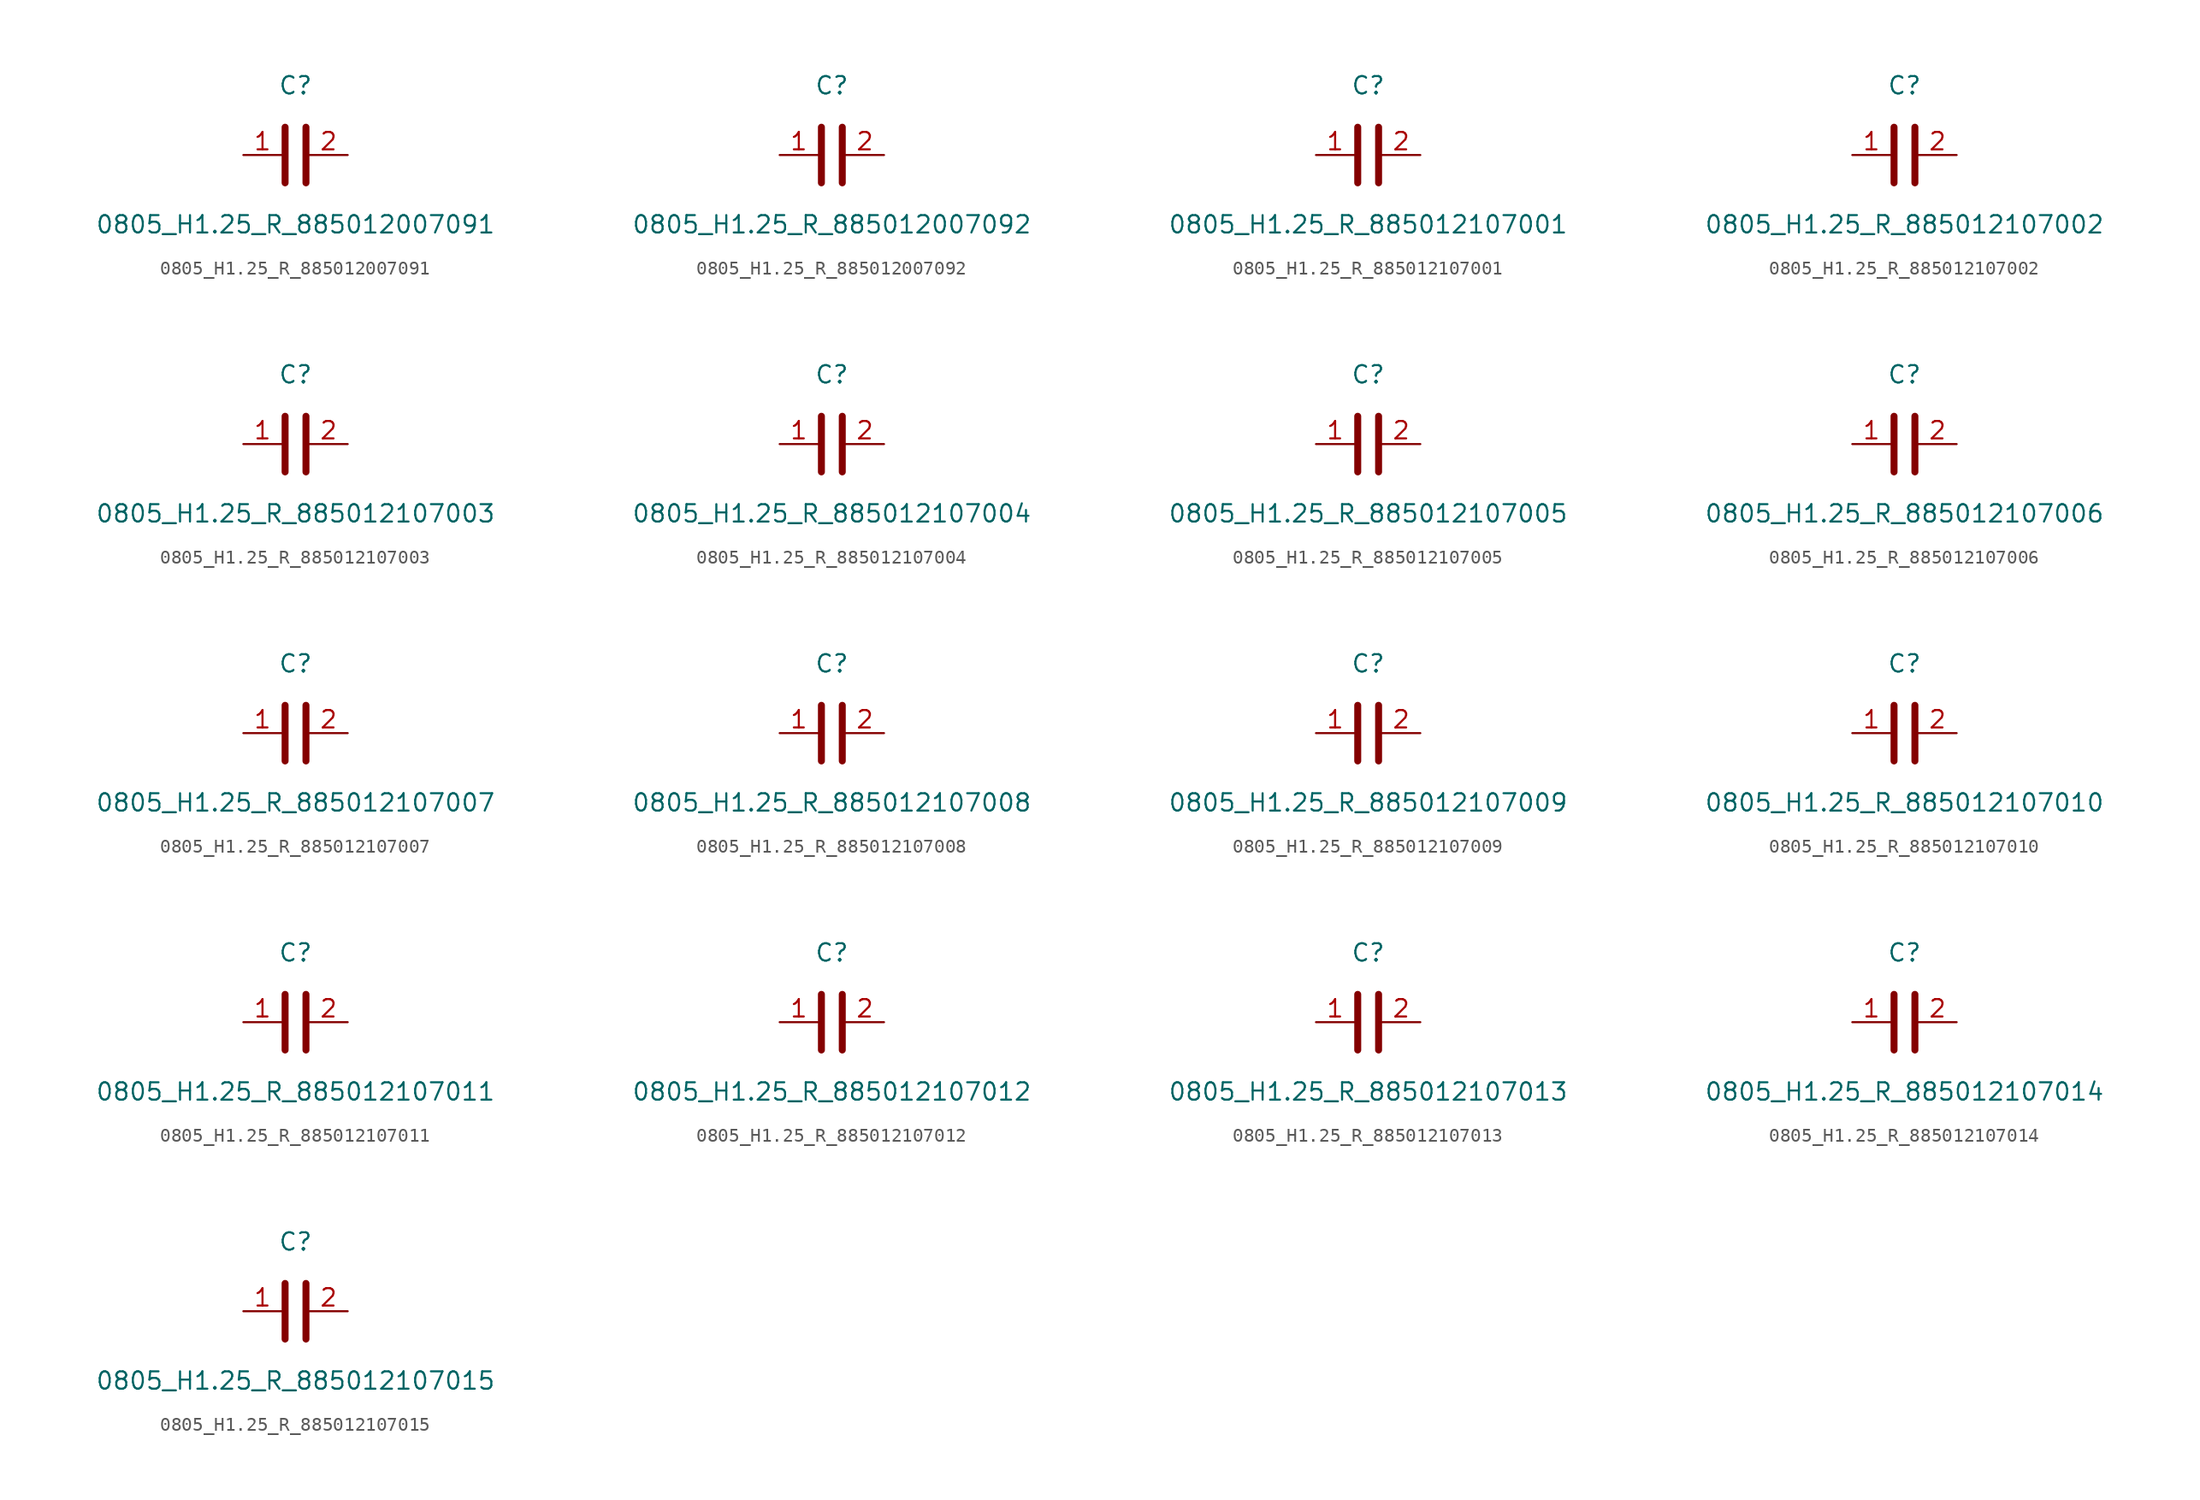
<source format=kicad_sym>
(kicad_symbol_lib
  (version 20220914)
  (generator kicad_symbol_editor)
  (symbol "0805_H1.25_R_885012007091"
    (pin_names hide)
    (property "Reference" "C"
      (at 0 5.08 0)
      (effects (font (size 1.27 1.27))))
    (property "Value" "0805_H1.25_R_885012007091"
      (at 0 -5.08 0)
      (effects (font (size 1.27 1.27))))
    (symbol "0805_H1.25_R_885012007091_0_1"
      (polyline (pts (xy -0.762 -2.032) (xy -0.762 2.032)) (stroke (width 0.508) (type default)) (fill (type none)))
      (polyline (pts (xy 0.762 -2.032) (xy 0.762 2.032)) (stroke (width 0.508) (type default)) (fill (type none))))
    (symbol "0805_H1.25_R_885012007091_1_1"
      (pin passive line (at -3.81 0 0) (length 2.794) (name "1" (effects (font (size 1.27 1.27)))) (number "1" (effects (font (size 1.27 1.27)))))
      (pin passive line (at 3.81 0 180) (length 2.794) (name "2" (effects (font (size 1.27 1.27)))) (number "2" (effects (font (size 1.27 1.27)))))))
  (symbol "0805_H1.25_R_885012007092"
    (pin_names hide)
    (property "Reference" "C"
      (at 0 5.08 0)
      (effects (font (size 1.27 1.27))))
    (property "Value" "0805_H1.25_R_885012007092"
      (at 0 -5.08 0)
      (effects (font (size 1.27 1.27))))
    (symbol "0805_H1.25_R_885012007092_0_1"
      (polyline (pts (xy -0.762 -2.032) (xy -0.762 2.032)) (stroke (width 0.508) (type default)) (fill (type none)))
      (polyline (pts (xy 0.762 -2.032) (xy 0.762 2.032)) (stroke (width 0.508) (type default)) (fill (type none))))
    (symbol "0805_H1.25_R_885012007092_1_1"
      (pin passive line (at -3.81 0 0) (length 2.794) (name "1" (effects (font (size 1.27 1.27)))) (number "1" (effects (font (size 1.27 1.27)))))
      (pin passive line (at 3.81 0 180) (length 2.794) (name "2" (effects (font (size 1.27 1.27)))) (number "2" (effects (font (size 1.27 1.27)))))))
  (symbol "0805_H1.25_R_885012107001"
    (pin_names hide)
    (property "Reference" "C"
      (at 0 5.08 0)
      (effects (font (size 1.27 1.27))))
    (property "Value" "0805_H1.25_R_885012107001"
      (at 0 -5.08 0)
      (effects (font (size 1.27 1.27))))
    (symbol "0805_H1.25_R_885012107001_0_1"
      (polyline (pts (xy -0.762 -2.032) (xy -0.762 2.032)) (stroke (width 0.508) (type default)) (fill (type none)))
      (polyline (pts (xy 0.762 -2.032) (xy 0.762 2.032)) (stroke (width 0.508) (type default)) (fill (type none))))
    (symbol "0805_H1.25_R_885012107001_1_1"
      (pin passive line (at -3.81 0 0) (length 2.794) (name "1" (effects (font (size 1.27 1.27)))) (number "1" (effects (font (size 1.27 1.27)))))
      (pin passive line (at 3.81 0 180) (length 2.794) (name "2" (effects (font (size 1.27 1.27)))) (number "2" (effects (font (size 1.27 1.27)))))))
  (symbol "0805_H1.25_R_885012107002"
    (pin_names hide)
    (property "Reference" "C"
      (at 0 5.08 0)
      (effects (font (size 1.27 1.27))))
    (property "Value" "0805_H1.25_R_885012107002"
      (at 0 -5.08 0)
      (effects (font (size 1.27 1.27))))
    (symbol "0805_H1.25_R_885012107002_0_1"
      (polyline (pts (xy -0.762 -2.032) (xy -0.762 2.032)) (stroke (width 0.508) (type default)) (fill (type none)))
      (polyline (pts (xy 0.762 -2.032) (xy 0.762 2.032)) (stroke (width 0.508) (type default)) (fill (type none))))
    (symbol "0805_H1.25_R_885012107002_1_1"
      (pin passive line (at -3.81 0 0) (length 2.794) (name "1" (effects (font (size 1.27 1.27)))) (number "1" (effects (font (size 1.27 1.27)))))
      (pin passive line (at 3.81 0 180) (length 2.794) (name "2" (effects (font (size 1.27 1.27)))) (number "2" (effects (font (size 1.27 1.27)))))))
  (symbol "0805_H1.25_R_885012107003"
    (pin_names hide)
    (property "Reference" "C"
      (at 0 5.08 0)
      (effects (font (size 1.27 1.27))))
    (property "Value" "0805_H1.25_R_885012107003"
      (at 0 -5.08 0)
      (effects (font (size 1.27 1.27))))
    (symbol "0805_H1.25_R_885012107003_0_1"
      (polyline (pts (xy -0.762 -2.032) (xy -0.762 2.032)) (stroke (width 0.508) (type default)) (fill (type none)))
      (polyline (pts (xy 0.762 -2.032) (xy 0.762 2.032)) (stroke (width 0.508) (type default)) (fill (type none))))
    (symbol "0805_H1.25_R_885012107003_1_1"
      (pin passive line (at -3.81 0 0) (length 2.794) (name "1" (effects (font (size 1.27 1.27)))) (number "1" (effects (font (size 1.27 1.27)))))
      (pin passive line (at 3.81 0 180) (length 2.794) (name "2" (effects (font (size 1.27 1.27)))) (number "2" (effects (font (size 1.27 1.27)))))))
  (symbol "0805_H1.25_R_885012107004"
    (pin_names hide)
    (property "Reference" "C"
      (at 0 5.08 0)
      (effects (font (size 1.27 1.27))))
    (property "Value" "0805_H1.25_R_885012107004"
      (at 0 -5.08 0)
      (effects (font (size 1.27 1.27))))
    (symbol "0805_H1.25_R_885012107004_0_1"
      (polyline (pts (xy -0.762 -2.032) (xy -0.762 2.032)) (stroke (width 0.508) (type default)) (fill (type none)))
      (polyline (pts (xy 0.762 -2.032) (xy 0.762 2.032)) (stroke (width 0.508) (type default)) (fill (type none))))
    (symbol "0805_H1.25_R_885012107004_1_1"
      (pin passive line (at -3.81 0 0) (length 2.794) (name "1" (effects (font (size 1.27 1.27)))) (number "1" (effects (font (size 1.27 1.27)))))
      (pin passive line (at 3.81 0 180) (length 2.794) (name "2" (effects (font (size 1.27 1.27)))) (number "2" (effects (font (size 1.27 1.27)))))))
  (symbol "0805_H1.25_R_885012107005"
    (pin_names hide)
    (property "Reference" "C"
      (at 0 5.08 0)
      (effects (font (size 1.27 1.27))))
    (property "Value" "0805_H1.25_R_885012107005"
      (at 0 -5.08 0)
      (effects (font (size 1.27 1.27))))
    (symbol "0805_H1.25_R_885012107005_0_1"
      (polyline (pts (xy -0.762 -2.032) (xy -0.762 2.032)) (stroke (width 0.508) (type default)) (fill (type none)))
      (polyline (pts (xy 0.762 -2.032) (xy 0.762 2.032)) (stroke (width 0.508) (type default)) (fill (type none))))
    (symbol "0805_H1.25_R_885012107005_1_1"
      (pin passive line (at -3.81 0 0) (length 2.794) (name "1" (effects (font (size 1.27 1.27)))) (number "1" (effects (font (size 1.27 1.27)))))
      (pin passive line (at 3.81 0 180) (length 2.794) (name "2" (effects (font (size 1.27 1.27)))) (number "2" (effects (font (size 1.27 1.27)))))))
  (symbol "0805_H1.25_R_885012107006"
    (pin_names hide)
    (property "Reference" "C"
      (at 0 5.08 0)
      (effects (font (size 1.27 1.27))))
    (property "Value" "0805_H1.25_R_885012107006"
      (at 0 -5.08 0)
      (effects (font (size 1.27 1.27))))
    (symbol "0805_H1.25_R_885012107006_0_1"
      (polyline (pts (xy -0.762 -2.032) (xy -0.762 2.032)) (stroke (width 0.508) (type default)) (fill (type none)))
      (polyline (pts (xy 0.762 -2.032) (xy 0.762 2.032)) (stroke (width 0.508) (type default)) (fill (type none))))
    (symbol "0805_H1.25_R_885012107006_1_1"
      (pin passive line (at -3.81 0 0) (length 2.794) (name "1" (effects (font (size 1.27 1.27)))) (number "1" (effects (font (size 1.27 1.27)))))
      (pin passive line (at 3.81 0 180) (length 2.794) (name "2" (effects (font (size 1.27 1.27)))) (number "2" (effects (font (size 1.27 1.27)))))))
  (symbol "0805_H1.25_R_885012107007"
    (pin_names hide)
    (property "Reference" "C"
      (at 0 5.08 0)
      (effects (font (size 1.27 1.27))))
    (property "Value" "0805_H1.25_R_885012107007"
      (at 0 -5.08 0)
      (effects (font (size 1.27 1.27))))
    (symbol "0805_H1.25_R_885012107007_0_1"
      (polyline (pts (xy -0.762 -2.032) (xy -0.762 2.032)) (stroke (width 0.508) (type default)) (fill (type none)))
      (polyline (pts (xy 0.762 -2.032) (xy 0.762 2.032)) (stroke (width 0.508) (type default)) (fill (type none))))
    (symbol "0805_H1.25_R_885012107007_1_1"
      (pin passive line (at -3.81 0 0) (length 2.794) (name "1" (effects (font (size 1.27 1.27)))) (number "1" (effects (font (size 1.27 1.27)))))
      (pin passive line (at 3.81 0 180) (length 2.794) (name "2" (effects (font (size 1.27 1.27)))) (number "2" (effects (font (size 1.27 1.27)))))))
  (symbol "0805_H1.25_R_885012107008"
    (pin_names hide)
    (property "Reference" "C"
      (at 0 5.08 0)
      (effects (font (size 1.27 1.27))))
    (property "Value" "0805_H1.25_R_885012107008"
      (at 0 -5.08 0)
      (effects (font (size 1.27 1.27))))
    (symbol "0805_H1.25_R_885012107008_0_1"
      (polyline (pts (xy -0.762 -2.032) (xy -0.762 2.032)) (stroke (width 0.508) (type default)) (fill (type none)))
      (polyline (pts (xy 0.762 -2.032) (xy 0.762 2.032)) (stroke (width 0.508) (type default)) (fill (type none))))
    (symbol "0805_H1.25_R_885012107008_1_1"
      (pin passive line (at -3.81 0 0) (length 2.794) (name "1" (effects (font (size 1.27 1.27)))) (number "1" (effects (font (size 1.27 1.27)))))
      (pin passive line (at 3.81 0 180) (length 2.794) (name "2" (effects (font (size 1.27 1.27)))) (number "2" (effects (font (size 1.27 1.27)))))))
  (symbol "0805_H1.25_R_885012107009"
    (pin_names hide)
    (property "Reference" "C"
      (at 0 5.08 0)
      (effects (font (size 1.27 1.27))))
    (property "Value" "0805_H1.25_R_885012107009"
      (at 0 -5.08 0)
      (effects (font (size 1.27 1.27))))
    (symbol "0805_H1.25_R_885012107009_0_1"
      (polyline (pts (xy -0.762 -2.032) (xy -0.762 2.032)) (stroke (width 0.508) (type default)) (fill (type none)))
      (polyline (pts (xy 0.762 -2.032) (xy 0.762 2.032)) (stroke (width 0.508) (type default)) (fill (type none))))
    (symbol "0805_H1.25_R_885012107009_1_1"
      (pin passive line (at -3.81 0 0) (length 2.794) (name "1" (effects (font (size 1.27 1.27)))) (number "1" (effects (font (size 1.27 1.27)))))
      (pin passive line (at 3.81 0 180) (length 2.794) (name "2" (effects (font (size 1.27 1.27)))) (number "2" (effects (font (size 1.27 1.27)))))))
  (symbol "0805_H1.25_R_885012107010"
    (pin_names hide)
    (property "Reference" "C"
      (at 0 5.08 0)
      (effects (font (size 1.27 1.27))))
    (property "Value" "0805_H1.25_R_885012107010"
      (at 0 -5.08 0)
      (effects (font (size 1.27 1.27))))
    (symbol "0805_H1.25_R_885012107010_0_1"
      (polyline (pts (xy -0.762 -2.032) (xy -0.762 2.032)) (stroke (width 0.508) (type default)) (fill (type none)))
      (polyline (pts (xy 0.762 -2.032) (xy 0.762 2.032)) (stroke (width 0.508) (type default)) (fill (type none))))
    (symbol "0805_H1.25_R_885012107010_1_1"
      (pin passive line (at -3.81 0 0) (length 2.794) (name "1" (effects (font (size 1.27 1.27)))) (number "1" (effects (font (size 1.27 1.27)))))
      (pin passive line (at 3.81 0 180) (length 2.794) (name "2" (effects (font (size 1.27 1.27)))) (number "2" (effects (font (size 1.27 1.27)))))))
  (symbol "0805_H1.25_R_885012107011"
    (pin_names hide)
    (property "Reference" "C"
      (at 0 5.08 0)
      (effects (font (size 1.27 1.27))))
    (property "Value" "0805_H1.25_R_885012107011"
      (at 0 -5.08 0)
      (effects (font (size 1.27 1.27))))
    (symbol "0805_H1.25_R_885012107011_0_1"
      (polyline (pts (xy -0.762 -2.032) (xy -0.762 2.032)) (stroke (width 0.508) (type default)) (fill (type none)))
      (polyline (pts (xy 0.762 -2.032) (xy 0.762 2.032)) (stroke (width 0.508) (type default)) (fill (type none))))
    (symbol "0805_H1.25_R_885012107011_1_1"
      (pin passive line (at -3.81 0 0) (length 2.794) (name "1" (effects (font (size 1.27 1.27)))) (number "1" (effects (font (size 1.27 1.27)))))
      (pin passive line (at 3.81 0 180) (length 2.794) (name "2" (effects (font (size 1.27 1.27)))) (number "2" (effects (font (size 1.27 1.27)))))))
  (symbol "0805_H1.25_R_885012107012"
    (pin_names hide)
    (property "Reference" "C"
      (at 0 5.08 0)
      (effects (font (size 1.27 1.27))))
    (property "Value" "0805_H1.25_R_885012107012"
      (at 0 -5.08 0)
      (effects (font (size 1.27 1.27))))
    (symbol "0805_H1.25_R_885012107012_0_1"
      (polyline (pts (xy -0.762 -2.032) (xy -0.762 2.032)) (stroke (width 0.508) (type default)) (fill (type none)))
      (polyline (pts (xy 0.762 -2.032) (xy 0.762 2.032)) (stroke (width 0.508) (type default)) (fill (type none))))
    (symbol "0805_H1.25_R_885012107012_1_1"
      (pin passive line (at -3.81 0 0) (length 2.794) (name "1" (effects (font (size 1.27 1.27)))) (number "1" (effects (font (size 1.27 1.27)))))
      (pin passive line (at 3.81 0 180) (length 2.794) (name "2" (effects (font (size 1.27 1.27)))) (number "2" (effects (font (size 1.27 1.27)))))))
  (symbol "0805_H1.25_R_885012107013"
    (pin_names hide)
    (property "Reference" "C"
      (at 0 5.08 0)
      (effects (font (size 1.27 1.27))))
    (property "Value" "0805_H1.25_R_885012107013"
      (at 0 -5.08 0)
      (effects (font (size 1.27 1.27))))
    (symbol "0805_H1.25_R_885012107013_0_1"
      (polyline (pts (xy -0.762 -2.032) (xy -0.762 2.032)) (stroke (width 0.508) (type default)) (fill (type none)))
      (polyline (pts (xy 0.762 -2.032) (xy 0.762 2.032)) (stroke (width 0.508) (type default)) (fill (type none))))
    (symbol "0805_H1.25_R_885012107013_1_1"
      (pin passive line (at -3.81 0 0) (length 2.794) (name "1" (effects (font (size 1.27 1.27)))) (number "1" (effects (font (size 1.27 1.27)))))
      (pin passive line (at 3.81 0 180) (length 2.794) (name "2" (effects (font (size 1.27 1.27)))) (number "2" (effects (font (size 1.27 1.27)))))))
  (symbol "0805_H1.25_R_885012107014"
    (pin_names hide)
    (property "Reference" "C"
      (at 0 5.08 0)
      (effects (font (size 1.27 1.27))))
    (property "Value" "0805_H1.25_R_885012107014"
      (at 0 -5.08 0)
      (effects (font (size 1.27 1.27))))
    (symbol "0805_H1.25_R_885012107014_0_1"
      (polyline (pts (xy -0.762 -2.032) (xy -0.762 2.032)) (stroke (width 0.508) (type default)) (fill (type none)))
      (polyline (pts (xy 0.762 -2.032) (xy 0.762 2.032)) (stroke (width 0.508) (type default)) (fill (type none))))
    (symbol "0805_H1.25_R_885012107014_1_1"
      (pin passive line (at -3.81 0 0) (length 2.794) (name "1" (effects (font (size 1.27 1.27)))) (number "1" (effects (font (size 1.27 1.27)))))
      (pin passive line (at 3.81 0 180) (length 2.794) (name "2" (effects (font (size 1.27 1.27)))) (number "2" (effects (font (size 1.27 1.27)))))))
  (symbol "0805_H1.25_R_885012107015"
    (pin_names hide)
    (property "Reference" "C"
      (at 0 5.08 0)
      (effects (font (size 1.27 1.27))))
    (property "Value" "0805_H1.25_R_885012107015"
      (at 0 -5.08 0)
      (effects (font (size 1.27 1.27))))
    (symbol "0805_H1.25_R_885012107015_0_1"
      (polyline (pts (xy -0.762 -2.032) (xy -0.762 2.032)) (stroke (width 0.508) (type default)) (fill (type none)))
      (polyline (pts (xy 0.762 -2.032) (xy 0.762 2.032)) (stroke (width 0.508) (type default)) (fill (type none))))
    (symbol "0805_H1.25_R_885012107015_1_1"
      (pin passive line (at -3.81 0 0) (length 2.794) (name "1" (effects (font (size 1.27 1.27)))) (number "1" (effects (font (size 1.27 1.27)))))
      (pin passive line (at 3.81 0 180) (length 2.794) (name "2" (effects (font (size 1.27 1.27)))) (number "2" (effects (font (size 1.27 1.27))))))))
</source>
